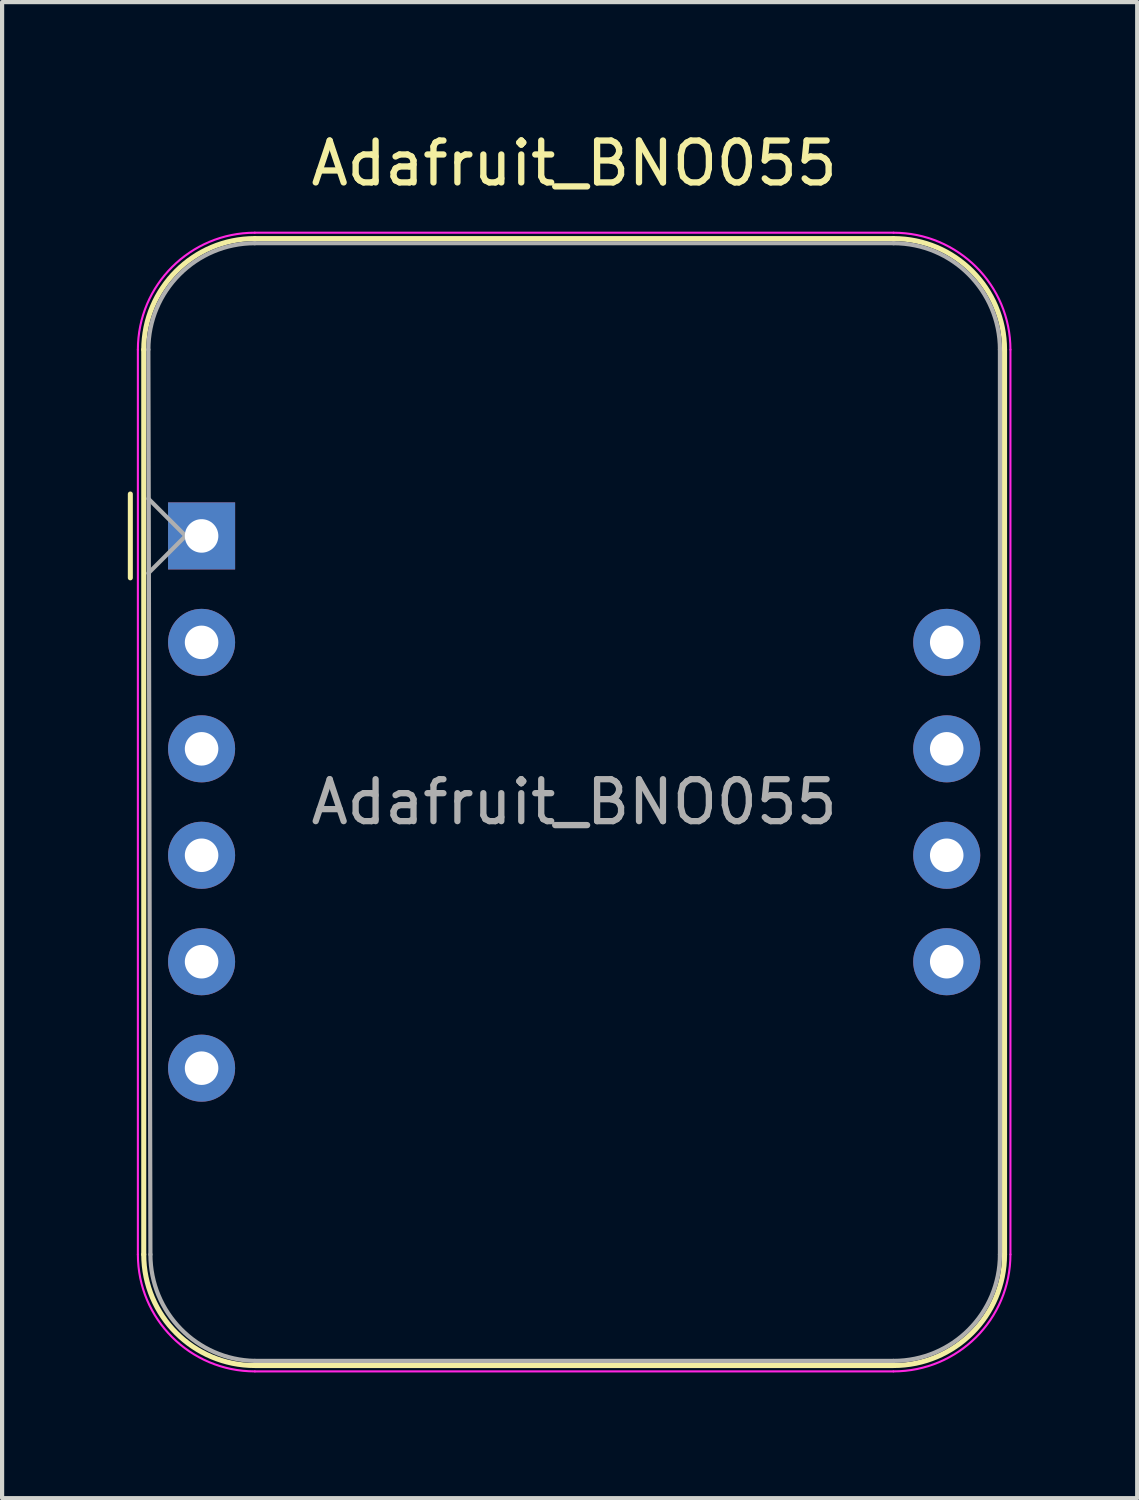
<source format=kicad_pcb>
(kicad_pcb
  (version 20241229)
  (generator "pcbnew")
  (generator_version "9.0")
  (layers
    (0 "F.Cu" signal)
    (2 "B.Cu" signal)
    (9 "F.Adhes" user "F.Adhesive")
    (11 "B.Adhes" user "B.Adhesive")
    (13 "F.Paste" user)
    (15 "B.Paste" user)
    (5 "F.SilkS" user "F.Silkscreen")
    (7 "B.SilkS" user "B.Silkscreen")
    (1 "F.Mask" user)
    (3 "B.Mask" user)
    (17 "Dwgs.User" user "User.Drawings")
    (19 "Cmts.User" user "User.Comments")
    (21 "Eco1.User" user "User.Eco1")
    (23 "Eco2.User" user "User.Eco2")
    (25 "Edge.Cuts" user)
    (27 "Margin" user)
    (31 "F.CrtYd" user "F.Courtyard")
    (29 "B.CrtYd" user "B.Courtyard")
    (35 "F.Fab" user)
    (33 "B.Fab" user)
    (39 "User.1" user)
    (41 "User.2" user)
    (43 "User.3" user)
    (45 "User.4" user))
  (footprint "Adafruit_BNO055"
    (layer "F.Cu")
    (at 1.76 16.088)
    (property "Reference" "Adafruit_BNO055" (at 8.89 -15.24 0) (layer "F.SilkS") (effects (font (size 1 1) (thickness 0.15))))
    (attr through_hole)
    (fp_line (start -1.7 -5.35) (end -1.7 -7.35) (stroke (width 0.12) (type solid)) (layer "F.SilkS"))
    (fp_line (start -1.38 -10.795) (end -1.38 10.795) (stroke (width 0.12) (type solid)) (layer "F.SilkS"))
    (fp_line (start 16.51 -13.445) (end 1.27 -13.445) (stroke (width 0.12) (type solid)) (layer "F.SilkS"))
    (fp_line (start 16.51 13.445) (end 1.27 13.445) (stroke (width 0.12) (type solid)) (layer "F.SilkS"))
    (fp_line (start 19.16 -10.795) (end 19.16 10.795) (stroke (width 0.12) (type solid)) (layer "F.SilkS"))
    (fp_arc (start -1.38 -10.795) (mid -0.603833 -12.668833) (end 1.27 -13.445) (stroke (width 0.12) (type solid)) (layer "F.SilkS"))
    (fp_arc (start 1.27 13.445007) (mid -0.603833 12.66884) (end -1.38 10.795007) (stroke (width 0.12) (type solid)) (layer "F.SilkS"))
    (fp_arc (start 16.51 -13.445) (mid 18.383833 -12.668833) (end 19.16 -10.795) (stroke (width 0.12) (type solid)) (layer "F.SilkS"))
    (fp_arc (start 19.16 10.795007) (mid 18.383833 12.66884) (end 16.51 13.445007) (stroke (width 0.12) (type solid)) (layer "F.SilkS"))
    (fp_line (start -1.52 10.795) (end -1.52 -10.795) (stroke (width 0.05) (type solid)) (layer "F.CrtYd"))
    (fp_line (start 16.51 -13.585) (end 1.27 -13.585) (stroke (width 0.05) (type solid)) (layer "F.CrtYd"))
    (fp_line (start 16.51 13.585) (end 1.27 13.585) (stroke (width 0.05) (type solid)) (layer "F.CrtYd"))
    (fp_line (start 19.3 10.795) (end 19.3 -10.795) (stroke (width 0.05) (type solid)) (layer "F.CrtYd"))
    (fp_arc (start -1.52 -10.795) (mid -0.702828 -12.767828) (end 1.27 -13.585) (stroke (width 0.05) (type solid)) (layer "F.CrtYd"))
    (fp_arc (start 1.27 13.585) (mid -0.702828 12.767828) (end -1.52 10.795) (stroke (width 0.05) (type solid)) (layer "F.CrtYd"))
    (fp_arc (start 16.51 -13.585) (mid 18.482828 -12.767828) (end 19.3 -10.795) (stroke (width 0.05) (type solid)) (layer "F.CrtYd"))
    (fp_arc (start 19.3 10.795) (mid 18.482828 12.767828) (end 16.51 13.585) (stroke (width 0.05) (type solid)) (layer "F.CrtYd"))
    (fp_line (start -1.27 -10.795) (end -1.221 10.795) (stroke (width 0.1) (type solid)) (layer "F.Fab"))
    (fp_line (start -1.27 -7.239) (end -0.381 -6.35) (stroke (width 0.1) (type solid)) (layer "F.Fab"))
    (fp_line (start -0.381 -6.35) (end -1.27 -5.461) (stroke (width 0.1) (type solid)) (layer "F.Fab"))
    (fp_line (start 1.27 13.335) (end 16.51 13.335) (stroke (width 0.1) (type solid)) (layer "F.Fab"))
    (fp_line (start 16.51 -13.335) (end 1.27 -13.335) (stroke (width 0.1) (type solid)) (layer "F.Fab"))
    (fp_line (start 19.05 10.795) (end 19.05 -10.795) (stroke (width 0.1) (type solid)) (layer "F.Fab"))
    (fp_arc (start -1.27 -10.795) (mid -0.526051 -12.591051) (end 1.27 -13.335) (stroke (width 0.1) (type solid)) (layer "F.Fab"))
    (fp_arc (start 1.27 13.335) (mid -0.494447 12.574196) (end -1.221238 10.795468) (stroke (width 0.1) (type solid)) (layer "F.Fab"))
    (fp_arc (start 16.51 -13.335) (mid 18.306051 -12.591051) (end 19.05 -10.795) (stroke (width 0.1) (type solid)) (layer "F.Fab"))
    (fp_arc (start 19.05 10.795) (mid 18.306051 12.591051) (end 16.51 13.335) (stroke (width 0.1) (type solid)) (layer "F.Fab"))
    (fp_text user "${REFERENCE}" (at 8.89 0 180) (layer "F.Fab") (effects (font (size 1 1) (thickness 0.15))))
    (pad "1" thru_hole rect (at 0 -6.35 180) (size 1.6 1.6) (drill 0.8) (layers "*.Cu" "*.Mask"))
    (pad "2" thru_hole circle (at 0 -3.81 180) (size 1.6 1.6) (drill 0.8) (layers "*.Cu" "*.Mask"))
    (pad "3" thru_hole circle (at 0 -1.27 180) (size 1.6 1.6) (drill 0.8) (layers "*.Cu" "*.Mask"))
    (pad "4" thru_hole circle (at 0 1.27 180) (size 1.6 1.6) (drill 0.8) (layers "*.Cu" "*.Mask"))
    (pad "5" thru_hole circle (at 0 3.81 180) (size 1.6 1.6) (drill 0.8) (layers "*.Cu" "*.Mask"))
    (pad "6" thru_hole circle (at 0 6.35 180) (size 1.6 1.6) (drill 0.8) (layers "*.Cu" "*.Mask"))
    (pad "7" thru_hole circle (at 17.78 3.81) (size 1.6 1.6) (drill 0.8) (layers "*.Cu" "*.Mask"))
    (pad "8" thru_hole circle (at 17.78 1.27) (size 1.6 1.6) (drill 0.8) (layers "*.Cu" "*.Mask"))
    (pad "9" thru_hole circle (at 17.78 -1.27) (size 1.6 1.6) (drill 0.8) (layers "*.Cu" "*.Mask"))
    (pad "10" thru_hole circle (at 17.78 -3.81) (size 1.6 1.6) (drill 0.8) (layers "*.Cu" "*.Mask")))
  (gr_rect
    (start -3 -3)
    (end 24.085 32.698)
    (stroke (width 0.1) (type default))
    (fill no)
    (layer "Edge.Cuts")))
</source>
